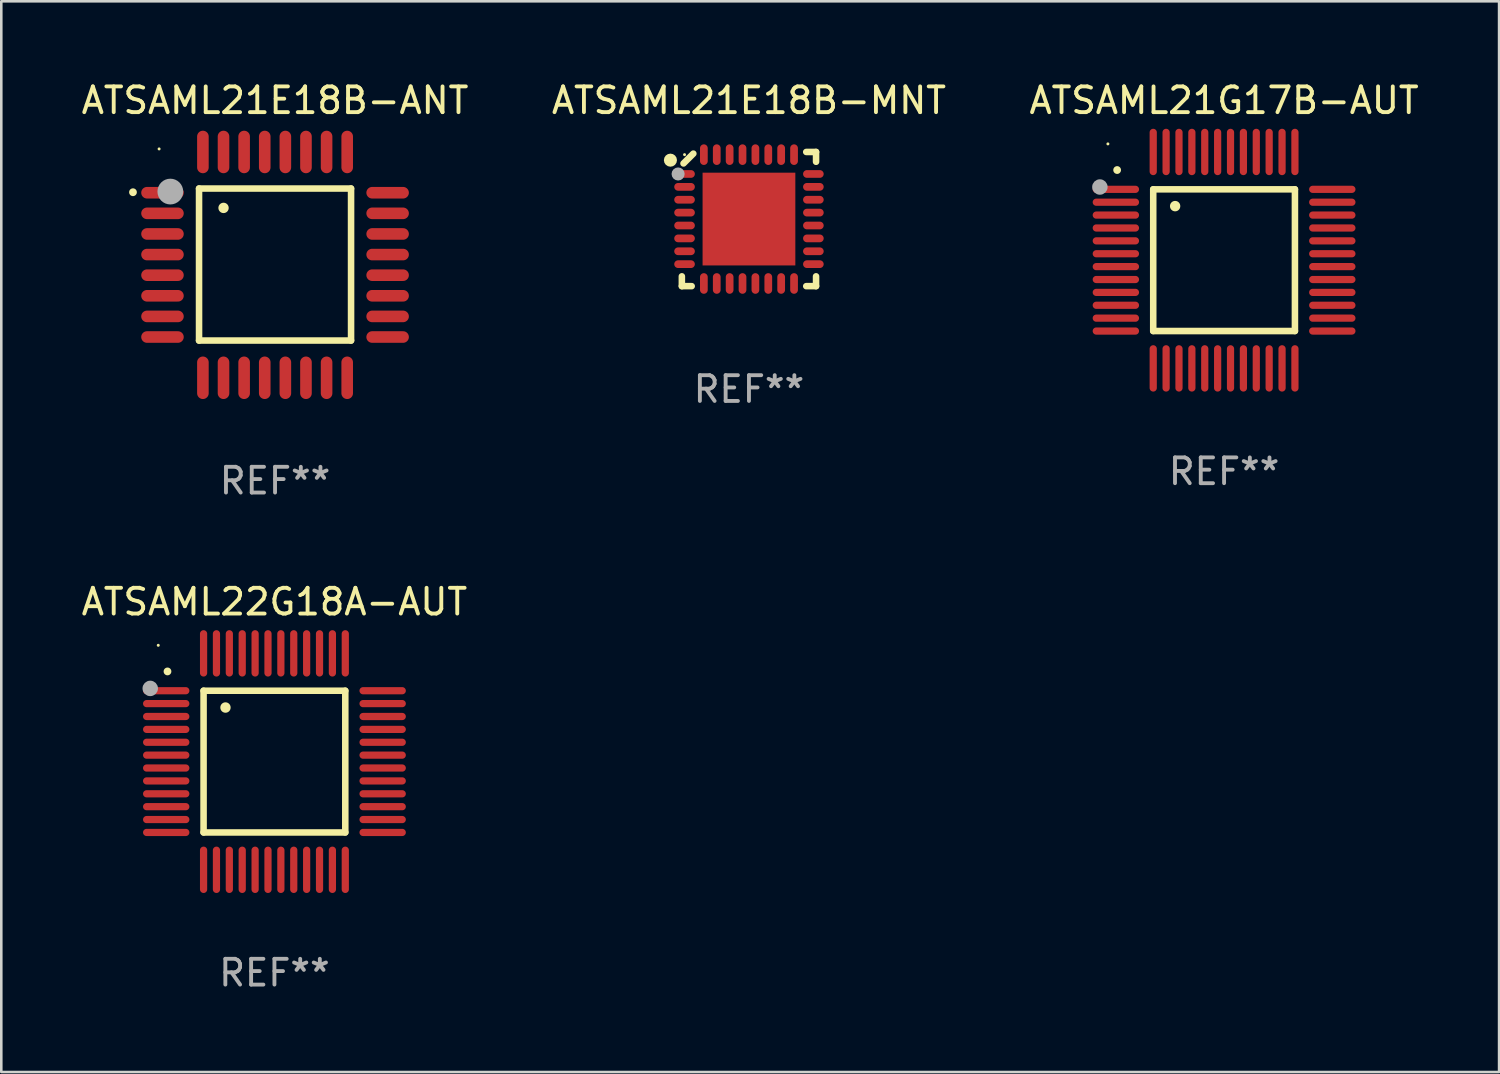
<source format=kicad_pcb>
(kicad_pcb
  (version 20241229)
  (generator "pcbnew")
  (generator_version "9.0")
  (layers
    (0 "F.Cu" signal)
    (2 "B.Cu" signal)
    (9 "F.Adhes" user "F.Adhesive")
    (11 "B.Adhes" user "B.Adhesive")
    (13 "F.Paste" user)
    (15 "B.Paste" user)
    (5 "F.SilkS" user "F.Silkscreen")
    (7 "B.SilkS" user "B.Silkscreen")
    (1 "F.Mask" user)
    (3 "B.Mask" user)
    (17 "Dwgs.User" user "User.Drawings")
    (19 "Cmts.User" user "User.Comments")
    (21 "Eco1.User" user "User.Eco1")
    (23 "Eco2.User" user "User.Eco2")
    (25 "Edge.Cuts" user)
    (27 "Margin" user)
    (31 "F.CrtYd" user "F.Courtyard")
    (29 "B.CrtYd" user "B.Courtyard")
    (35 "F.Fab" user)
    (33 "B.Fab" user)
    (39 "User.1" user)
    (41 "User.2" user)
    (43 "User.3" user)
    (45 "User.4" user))
  (footprint "ATSAML22G18A-AUT"
    (layer "F.Cu")
    (at 7.601 26.508)
    (property "Reference" "ATSAML22G18A-AUT" (at 0 -6.2 0) (layer "F.SilkS") (effects (font (size 1 1) (thickness 0.15))))
    (attr through_hole)
    (fp_line (start -2.75 -2.75) (end 2.75 -2.75) (stroke (width 0.254) (type solid)) (layer "F.SilkS"))
    (fp_line (start -2.75 2.75) (end -2.75 -2.75) (stroke (width 0.254) (type solid)) (layer "F.SilkS"))
    (fp_line (start 2.75 -2.75) (end 2.75 2.75) (stroke (width 0.254) (type solid)) (layer "F.SilkS"))
    (fp_line (start 2.75 2.75) (end -2.75 2.75) (stroke (width 0.254) (type solid)) (layer "F.SilkS"))
    (fp_arc (start -4.150368 -3.497587) (mid -4.150373 -3.498857) (end -4.150368 -3.500127) (stroke (width 0.3) (type solid)) (layer "F.SilkS"))
    (fp_arc (start -1.899924 -2.095504) (mid -1.89994 -2.098044) (end -1.899924 -2.100584) (stroke (width 0.4) (type solid)) (layer "F.SilkS"))
    (fp_circle (center -4.509 -4.513) (end -4.479 -4.513) (stroke (width 0.06) (type solid)) (fill no) (layer "F.SilkS"))
    (fp_circle (center -4.82 -2.84) (end -4.67 -2.84) (stroke (width 0.3) (type solid)) (fill no) (layer "F.Fab"))
    (fp_text user "REF**" (at 0 8.2 0) (layer "F.Fab") (effects (font (size 1 1) (thickness 0.15))))
    (pad "1" smd oval (at -4.2 -2.75 90) (size 0.28 1.8) (layers "F.Cu" "F.Mask" "F.Paste"))
    (pad "2" smd oval (at -4.2 -2.25 90) (size 0.28 1.8) (layers "F.Cu" "F.Mask" "F.Paste"))
    (pad "3" smd oval (at -4.2 -1.75 90) (size 0.28 1.8) (layers "F.Cu" "F.Mask" "F.Paste"))
    (pad "4" smd oval (at -4.2 -1.25 90) (size 0.28 1.8) (layers "F.Cu" "F.Mask" "F.Paste"))
    (pad "5" smd oval (at -4.2 -0.75 90) (size 0.28 1.8) (layers "F.Cu" "F.Mask" "F.Paste"))
    (pad "6" smd oval (at -4.2 -0.25 90) (size 0.28 1.8) (layers "F.Cu" "F.Mask" "F.Paste"))
    (pad "7" smd oval (at -4.2 0.25 90) (size 0.28 1.8) (layers "F.Cu" "F.Mask" "F.Paste"))
    (pad "8" smd oval (at -4.2 0.75 90) (size 0.28 1.8) (layers "F.Cu" "F.Mask" "F.Paste"))
    (pad "9" smd oval (at -4.2 1.25 90) (size 0.28 1.8) (layers "F.Cu" "F.Mask" "F.Paste"))
    (pad "10" smd oval (at -4.2 1.75 90) (size 0.28 1.8) (layers "F.Cu" "F.Mask" "F.Paste"))
    (pad "11" smd oval (at -4.2 2.25 90) (size 0.28 1.8) (layers "F.Cu" "F.Mask" "F.Paste"))
    (pad "12" smd oval (at -4.2 2.75 90) (size 0.28 1.8) (layers "F.Cu" "F.Mask" "F.Paste"))
    (pad "13" smd oval (at -2.75 4.2) (size 0.28 1.8) (layers "F.Cu" "F.Mask" "F.Paste"))
    (pad "14" smd oval (at -2.25 4.2) (size 0.28 1.8) (layers "F.Cu" "F.Mask" "F.Paste"))
    (pad "15" smd oval (at -1.75 4.2) (size 0.28 1.8) (layers "F.Cu" "F.Mask" "F.Paste"))
    (pad "16" smd oval (at -1.25 4.2) (size 0.28 1.8) (layers "F.Cu" "F.Mask" "F.Paste"))
    (pad "17" smd oval (at -0.75 4.2) (size 0.28 1.8) (layers "F.Cu" "F.Mask" "F.Paste"))
    (pad "18" smd oval (at -0.25 4.2) (size 0.28 1.8) (layers "F.Cu" "F.Mask" "F.Paste"))
    (pad "19" smd oval (at 0.25 4.2) (size 0.28 1.8) (layers "F.Cu" "F.Mask" "F.Paste"))
    (pad "20" smd oval (at 0.75 4.2) (size 0.28 1.8) (layers "F.Cu" "F.Mask" "F.Paste"))
    (pad "21" smd oval (at 1.25 4.2) (size 0.28 1.8) (layers "F.Cu" "F.Mask" "F.Paste"))
    (pad "22" smd oval (at 1.75 4.2) (size 0.28 1.8) (layers "F.Cu" "F.Mask" "F.Paste"))
    (pad "23" smd oval (at 2.25 4.2) (size 0.28 1.8) (layers "F.Cu" "F.Mask" "F.Paste"))
    (pad "24" smd oval (at 2.75 4.2) (size 0.28 1.8) (layers "F.Cu" "F.Mask" "F.Paste"))
    (pad "25" smd oval (at 4.2 2.75 90) (size 0.28 1.8) (layers "F.Cu" "F.Mask" "F.Paste"))
    (pad "26" smd oval (at 4.2 2.25 90) (size 0.28 1.8) (layers "F.Cu" "F.Mask" "F.Paste"))
    (pad "27" smd oval (at 4.2 1.75 90) (size 0.28 1.8) (layers "F.Cu" "F.Mask" "F.Paste"))
    (pad "28" smd oval (at 4.2 1.25 90) (size 0.28 1.8) (layers "F.Cu" "F.Mask" "F.Paste"))
    (pad "29" smd oval (at 4.2 0.75 90) (size 0.28 1.8) (layers "F.Cu" "F.Mask" "F.Paste"))
    (pad "30" smd oval (at 4.2 0.25 90) (size 0.28 1.8) (layers "F.Cu" "F.Mask" "F.Paste"))
    (pad "31" smd oval (at 4.2 -0.25 90) (size 0.28 1.8) (layers "F.Cu" "F.Mask" "F.Paste"))
    (pad "32" smd oval (at 4.2 -0.75 90) (size 0.28 1.8) (layers "F.Cu" "F.Mask" "F.Paste"))
    (pad "33" smd oval (at 4.2 -1.25 90) (size 0.28 1.8) (layers "F.Cu" "F.Mask" "F.Paste"))
    (pad "34" smd oval (at 4.2 -1.75 90) (size 0.28 1.8) (layers "F.Cu" "F.Mask" "F.Paste"))
    (pad "35" smd oval (at 4.2 -2.25 90) (size 0.28 1.8) (layers "F.Cu" "F.Mask" "F.Paste"))
    (pad "36" smd oval (at 4.2 -2.75 90) (size 0.28 1.8) (layers "F.Cu" "F.Mask" "F.Paste"))
    (pad "37" smd oval (at 2.75 -4.2) (size 0.28 1.8) (layers "F.Cu" "F.Mask" "F.Paste"))
    (pad "38" smd oval (at 2.25 -4.2) (size 0.28 1.8) (layers "F.Cu" "F.Mask" "F.Paste"))
    (pad "39" smd oval (at 1.75 -4.2) (size 0.28 1.8) (layers "F.Cu" "F.Mask" "F.Paste"))
    (pad "40" smd oval (at 1.25 -4.2) (size 0.28 1.8) (layers "F.Cu" "F.Mask" "F.Paste"))
    (pad "41" smd oval (at 0.75 -4.2) (size 0.28 1.8) (layers "F.Cu" "F.Mask" "F.Paste"))
    (pad "42" smd oval (at 0.25 -4.2) (size 0.28 1.8) (layers "F.Cu" "F.Mask" "F.Paste"))
    (pad "43" smd oval (at -0.25 -4.2) (size 0.28 1.8) (layers "F.Cu" "F.Mask" "F.Paste"))
    (pad "44" smd oval (at -0.75 -4.2) (size 0.28 1.8) (layers "F.Cu" "F.Mask" "F.Paste"))
    (pad "45" smd oval (at -1.25 -4.2) (size 0.28 1.8) (layers "F.Cu" "F.Mask" "F.Paste"))
    (pad "46" smd oval (at -1.75 -4.2) (size 0.28 1.8) (layers "F.Cu" "F.Mask" "F.Paste"))
    (pad "47" smd oval (at -2.25 -4.2) (size 0.28 1.8) (layers "F.Cu" "F.Mask" "F.Paste"))
    (pad "48" smd oval (at -2.75 -4.2) (size 0.28 1.8) (layers "F.Cu" "F.Mask" "F.Paste")))
  (footprint "ATSAML21E18B-ANT"
    (layer "F.Cu")
    (at 7.625 7.23)
    (property "Reference" "ATSAML21E18B-ANT" (at 0 -6.382 0) (layer "F.SilkS") (effects (font (size 1 1) (thickness 0.15))))
    (attr through_hole)
    (fp_line (start -2.95 -2.963) (end -2.95 2.937) (stroke (width 0.254) (type solid)) (layer "F.SilkS"))
    (fp_line (start -2.95 2.937) (end 2.95 2.937) (stroke (width 0.254) (type solid)) (layer "F.SilkS"))
    (fp_line (start 2.95 -2.963) (end -2.95 -2.963) (stroke (width 0.254) (type solid)) (layer "F.SilkS"))
    (fp_line (start 2.95 2.937) (end 2.95 -2.963) (stroke (width 0.254) (type solid)) (layer "F.SilkS"))
    (fp_arc (start -5.514199 -2.818136) (mid -5.514204 -2.819406) (end -5.514199 -2.820676) (stroke (width 0.3) (type solid)) (layer "F.SilkS"))
    (fp_arc (start -1.998984 -2.209804) (mid -1.998988 -2.211074) (end -1.998984 -2.212344) (stroke (width 0.4) (type solid)) (layer "F.SilkS"))
    (fp_circle (center -4.5 -4.5) (end -4.47 -4.5) (stroke (width 0.06) (type solid)) (fill no) (layer "F.SilkS"))
    (fp_circle (center -4.064 -2.845) (end -3.814 -2.845) (stroke (width 0.5) (type solid)) (fill no) (layer "F.Fab"))
    (fp_text user "REF**" (at 0 8.382 0) (layer "F.Fab") (effects (font (size 1 1) (thickness 0.15))))
    (pad "1" smd oval (at -4.369 -2.8 90) (size 0.45 1.65) (layers "F.Cu" "F.Mask" "F.Paste"))
    (pad "2" smd oval (at -4.369 -2 90) (size 0.45 1.65) (layers "F.Cu" "F.Mask" "F.Paste"))
    (pad "3" smd oval (at -4.369 -1.2 90) (size 0.45 1.65) (layers "F.Cu" "F.Mask" "F.Paste"))
    (pad "4" smd oval (at -4.369 -0.4 90) (size 0.45 1.65) (layers "F.Cu" "F.Mask" "F.Paste"))
    (pad "5" smd oval (at -4.369 0.4 90) (size 0.45 1.65) (layers "F.Cu" "F.Mask" "F.Paste"))
    (pad "6" smd oval (at -4.369 1.2 90) (size 0.45 1.65) (layers "F.Cu" "F.Mask" "F.Paste"))
    (pad "7" smd oval (at -4.369 2 90) (size 0.45 1.65) (layers "F.Cu" "F.Mask" "F.Paste"))
    (pad "8" smd oval (at -4.369 2.8 90) (size 0.45 1.65) (layers "F.Cu" "F.Mask" "F.Paste"))
    (pad "9" smd oval (at -2.8 4.382) (size 0.45 1.65) (layers "F.Cu" "F.Mask" "F.Paste"))
    (pad "10" smd oval (at -2 4.382) (size 0.45 1.65) (layers "F.Cu" "F.Mask" "F.Paste"))
    (pad "11" smd oval (at -1.2 4.382) (size 0.45 1.65) (layers "F.Cu" "F.Mask" "F.Paste"))
    (pad "12" smd oval (at -0.4 4.382) (size 0.45 1.65) (layers "F.Cu" "F.Mask" "F.Paste"))
    (pad "13" smd oval (at 0.4 4.382) (size 0.45 1.65) (layers "F.Cu" "F.Mask" "F.Paste"))
    (pad "14" smd oval (at 1.2 4.382) (size 0.45 1.65) (layers "F.Cu" "F.Mask" "F.Paste"))
    (pad "15" smd oval (at 2 4.382) (size 0.45 1.65) (layers "F.Cu" "F.Mask" "F.Paste"))
    (pad "16" smd oval (at 2.8 4.382) (size 0.45 1.65) (layers "F.Cu" "F.Mask" "F.Paste"))
    (pad "17" smd oval (at 4.369 2.8 90) (size 0.45 1.65) (layers "F.Cu" "F.Mask" "F.Paste"))
    (pad "18" smd oval (at 4.369 2 90) (size 0.45 1.65) (layers "F.Cu" "F.Mask" "F.Paste"))
    (pad "19" smd oval (at 4.369 1.2 90) (size 0.45 1.65) (layers "F.Cu" "F.Mask" "F.Paste"))
    (pad "20" smd oval (at 4.369 0.4 90) (size 0.45 1.65) (layers "F.Cu" "F.Mask" "F.Paste"))
    (pad "21" smd oval (at 4.369 -0.4 90) (size 0.45 1.65) (layers "F.Cu" "F.Mask" "F.Paste"))
    (pad "22" smd oval (at 4.369 -1.2 90) (size 0.45 1.65) (layers "F.Cu" "F.Mask" "F.Paste"))
    (pad "23" smd oval (at 4.369 -2 90) (size 0.45 1.65) (layers "F.Cu" "F.Mask" "F.Paste"))
    (pad "24" smd oval (at 4.369 -2.8 90) (size 0.45 1.65) (layers "F.Cu" "F.Mask" "F.Paste"))
    (pad "25" smd oval (at 2.8 -4.382) (size 0.45 1.65) (layers "F.Cu" "F.Mask" "F.Paste"))
    (pad "26" smd oval (at 2 -4.382) (size 0.45 1.65) (layers "F.Cu" "F.Mask" "F.Paste"))
    (pad "27" smd oval (at 1.2 -4.382) (size 0.45 1.65) (layers "F.Cu" "F.Mask" "F.Paste"))
    (pad "28" smd oval (at 0.4 -4.382) (size 0.45 1.65) (layers "F.Cu" "F.Mask" "F.Paste"))
    (pad "29" smd oval (at -0.4 -4.382) (size 0.45 1.65) (layers "F.Cu" "F.Mask" "F.Paste"))
    (pad "30" smd oval (at -1.2 -4.382) (size 0.45 1.65) (layers "F.Cu" "F.Mask" "F.Paste"))
    (pad "31" smd oval (at -2 -4.382) (size 0.45 1.65) (layers "F.Cu" "F.Mask" "F.Paste"))
    (pad "32" smd oval (at -2.8 -4.382) (size 0.45 1.65) (layers "F.Cu" "F.Mask" "F.Paste")))
  (footprint "ATSAML21G17B-AUT"
    (layer "F.Cu")
    (at 44.458 7.048)
    (property "Reference" "ATSAML21G17B-AUT" (at 0 -6.2 0) (layer "F.SilkS") (effects (font (size 1 1) (thickness 0.15))))
    (attr through_hole)
    (fp_line (start -2.75 -2.75) (end 2.75 -2.75) (stroke (width 0.254) (type solid)) (layer "F.SilkS"))
    (fp_line (start -2.75 2.75) (end -2.75 -2.75) (stroke (width 0.254) (type solid)) (layer "F.SilkS"))
    (fp_line (start 2.75 -2.75) (end 2.75 2.75) (stroke (width 0.254) (type solid)) (layer "F.SilkS"))
    (fp_line (start 2.75 2.75) (end -2.75 2.75) (stroke (width 0.254) (type solid)) (layer "F.SilkS"))
    (fp_arc (start -4.150368 -3.497587) (mid -4.150373 -3.498857) (end -4.150368 -3.500127) (stroke (width 0.3) (type solid)) (layer "F.SilkS"))
    (fp_arc (start -1.899924 -2.095504) (mid -1.89994 -2.098044) (end -1.899924 -2.100584) (stroke (width 0.4) (type solid)) (layer "F.SilkS"))
    (fp_circle (center -4.509 -4.513) (end -4.479 -4.513) (stroke (width 0.06) (type solid)) (fill no) (layer "F.SilkS"))
    (fp_circle (center -4.82 -2.84) (end -4.67 -2.84) (stroke (width 0.3) (type solid)) (fill no) (layer "F.Fab"))
    (fp_text user "REF**" (at 0 8.2 0) (layer "F.Fab") (effects (font (size 1 1) (thickness 0.15))))
    (pad "1" smd oval (at -4.2 -2.75 90) (size 0.28 1.8) (layers "F.Cu" "F.Mask" "F.Paste"))
    (pad "2" smd oval (at -4.2 -2.25 90) (size 0.28 1.8) (layers "F.Cu" "F.Mask" "F.Paste"))
    (pad "3" smd oval (at -4.2 -1.75 90) (size 0.28 1.8) (layers "F.Cu" "F.Mask" "F.Paste"))
    (pad "4" smd oval (at -4.2 -1.25 90) (size 0.28 1.8) (layers "F.Cu" "F.Mask" "F.Paste"))
    (pad "5" smd oval (at -4.2 -0.75 90) (size 0.28 1.8) (layers "F.Cu" "F.Mask" "F.Paste"))
    (pad "6" smd oval (at -4.2 -0.25 90) (size 0.28 1.8) (layers "F.Cu" "F.Mask" "F.Paste"))
    (pad "7" smd oval (at -4.2 0.25 90) (size 0.28 1.8) (layers "F.Cu" "F.Mask" "F.Paste"))
    (pad "8" smd oval (at -4.2 0.75 90) (size 0.28 1.8) (layers "F.Cu" "F.Mask" "F.Paste"))
    (pad "9" smd oval (at -4.2 1.25 90) (size 0.28 1.8) (layers "F.Cu" "F.Mask" "F.Paste"))
    (pad "10" smd oval (at -4.2 1.75 90) (size 0.28 1.8) (layers "F.Cu" "F.Mask" "F.Paste"))
    (pad "11" smd oval (at -4.2 2.25 90) (size 0.28 1.8) (layers "F.Cu" "F.Mask" "F.Paste"))
    (pad "12" smd oval (at -4.2 2.75 90) (size 0.28 1.8) (layers "F.Cu" "F.Mask" "F.Paste"))
    (pad "13" smd oval (at -2.75 4.2) (size 0.28 1.8) (layers "F.Cu" "F.Mask" "F.Paste"))
    (pad "14" smd oval (at -2.25 4.2) (size 0.28 1.8) (layers "F.Cu" "F.Mask" "F.Paste"))
    (pad "15" smd oval (at -1.75 4.2) (size 0.28 1.8) (layers "F.Cu" "F.Mask" "F.Paste"))
    (pad "16" smd oval (at -1.25 4.2) (size 0.28 1.8) (layers "F.Cu" "F.Mask" "F.Paste"))
    (pad "17" smd oval (at -0.75 4.2) (size 0.28 1.8) (layers "F.Cu" "F.Mask" "F.Paste"))
    (pad "18" smd oval (at -0.25 4.2) (size 0.28 1.8) (layers "F.Cu" "F.Mask" "F.Paste"))
    (pad "19" smd oval (at 0.25 4.2) (size 0.28 1.8) (layers "F.Cu" "F.Mask" "F.Paste"))
    (pad "20" smd oval (at 0.75 4.2) (size 0.28 1.8) (layers "F.Cu" "F.Mask" "F.Paste"))
    (pad "21" smd oval (at 1.25 4.2) (size 0.28 1.8) (layers "F.Cu" "F.Mask" "F.Paste"))
    (pad "22" smd oval (at 1.75 4.2) (size 0.28 1.8) (layers "F.Cu" "F.Mask" "F.Paste"))
    (pad "23" smd oval (at 2.25 4.2) (size 0.28 1.8) (layers "F.Cu" "F.Mask" "F.Paste"))
    (pad "24" smd oval (at 2.75 4.2) (size 0.28 1.8) (layers "F.Cu" "F.Mask" "F.Paste"))
    (pad "25" smd oval (at 4.2 2.75 90) (size 0.28 1.8) (layers "F.Cu" "F.Mask" "F.Paste"))
    (pad "26" smd oval (at 4.2 2.25 90) (size 0.28 1.8) (layers "F.Cu" "F.Mask" "F.Paste"))
    (pad "27" smd oval (at 4.2 1.75 90) (size 0.28 1.8) (layers "F.Cu" "F.Mask" "F.Paste"))
    (pad "28" smd oval (at 4.2 1.25 90) (size 0.28 1.8) (layers "F.Cu" "F.Mask" "F.Paste"))
    (pad "29" smd oval (at 4.2 0.75 90) (size 0.28 1.8) (layers "F.Cu" "F.Mask" "F.Paste"))
    (pad "30" smd oval (at 4.2 0.25 90) (size 0.28 1.8) (layers "F.Cu" "F.Mask" "F.Paste"))
    (pad "31" smd oval (at 4.2 -0.25 90) (size 0.28 1.8) (layers "F.Cu" "F.Mask" "F.Paste"))
    (pad "32" smd oval (at 4.2 -0.75 90) (size 0.28 1.8) (layers "F.Cu" "F.Mask" "F.Paste"))
    (pad "33" smd oval (at 4.2 -1.25 90) (size 0.28 1.8) (layers "F.Cu" "F.Mask" "F.Paste"))
    (pad "34" smd oval (at 4.2 -1.75 90) (size 0.28 1.8) (layers "F.Cu" "F.Mask" "F.Paste"))
    (pad "35" smd oval (at 4.2 -2.25 90) (size 0.28 1.8) (layers "F.Cu" "F.Mask" "F.Paste"))
    (pad "36" smd oval (at 4.2 -2.75 90) (size 0.28 1.8) (layers "F.Cu" "F.Mask" "F.Paste"))
    (pad "37" smd oval (at 2.75 -4.2) (size 0.28 1.8) (layers "F.Cu" "F.Mask" "F.Paste"))
    (pad "38" smd oval (at 2.25 -4.2) (size 0.28 1.8) (layers "F.Cu" "F.Mask" "F.Paste"))
    (pad "39" smd oval (at 1.75 -4.2) (size 0.28 1.8) (layers "F.Cu" "F.Mask" "F.Paste"))
    (pad "40" smd oval (at 1.25 -4.2) (size 0.28 1.8) (layers "F.Cu" "F.Mask" "F.Paste"))
    (pad "41" smd oval (at 0.75 -4.2) (size 0.28 1.8) (layers "F.Cu" "F.Mask" "F.Paste"))
    (pad "42" smd oval (at 0.25 -4.2) (size 0.28 1.8) (layers "F.Cu" "F.Mask" "F.Paste"))
    (pad "43" smd oval (at -0.25 -4.2) (size 0.28 1.8) (layers "F.Cu" "F.Mask" "F.Paste"))
    (pad "44" smd oval (at -0.75 -4.2) (size 0.28 1.8) (layers "F.Cu" "F.Mask" "F.Paste"))
    (pad "45" smd oval (at -1.25 -4.2) (size 0.28 1.8) (layers "F.Cu" "F.Mask" "F.Paste"))
    (pad "46" smd oval (at -1.75 -4.2) (size 0.28 1.8) (layers "F.Cu" "F.Mask" "F.Paste"))
    (pad "47" smd oval (at -2.25 -4.2) (size 0.28 1.8) (layers "F.Cu" "F.Mask" "F.Paste"))
    (pad "48" smd oval (at -2.75 -4.2) (size 0.28 1.8) (layers "F.Cu" "F.Mask" "F.Paste")))
  (footprint "ATSAML21E18B-MNT"
    (layer "F.Cu")
    (at 26.018 5.452)
    (property "Reference" "ATSAML21E18B-MNT" (at 0 -4.604 0) (layer "F.SilkS") (effects (font (size 1 1) (thickness 0.15))))
    (attr through_hole)
    (fp_line (start -2.604 2.223) (end -2.604 2.604) (stroke (width 0.254) (type solid)) (layer "F.SilkS"))
    (fp_line (start -2.604 2.604) (end -2.223 2.604) (stroke (width 0.254) (type solid)) (layer "F.SilkS"))
    (fp_line (start -2.159 -2.54) (end -2.54 -2.159) (stroke (width 0.254) (type solid)) (layer "F.SilkS"))
    (fp_line (start 2.223 2.604) (end 2.604 2.604) (stroke (width 0.254) (type solid)) (layer "F.SilkS"))
    (fp_line (start 2.604 -2.604) (end 2.223 -2.604) (stroke (width 0.254) (type solid)) (layer "F.SilkS"))
    (fp_line (start 2.604 -2.223) (end 2.604 -2.604) (stroke (width 0.254) (type solid)) (layer "F.SilkS"))
    (fp_line (start 2.604 2.604) (end 2.604 2.223) (stroke (width 0.254) (type solid)) (layer "F.SilkS"))
    (fp_circle (center -3.048 -2.286) (end -2.921 -2.286) (stroke (width 0.254) (type solid)) (fill no) (layer "F.SilkS"))
    (fp_circle (center -2.5 -2.5) (end -2.47 -2.5) (stroke (width 0.06) (type solid)) (fill no) (layer "F.SilkS"))
    (fp_circle (center -2.75 -1.75) (end -2.623 -1.75) (stroke (width 0.254) (type solid)) (fill no) (layer "F.Fab"))
    (fp_text user "REF**" (at 0 6.604 0) (layer "F.Fab") (effects (font (size 1 1) (thickness 0.15))))
    (pad "1" smd oval (at -2.5 -1.75) (size 0.8 0.3) (layers "F.Cu" "F.Mask" "F.Paste"))
    (pad "2" smd oval (at -2.5 -1.25) (size 0.8 0.3) (layers "F.Cu" "F.Mask" "F.Paste"))
    (pad "3" smd oval (at -2.5 -0.75) (size 0.8 0.3) (layers "F.Cu" "F.Mask" "F.Paste"))
    (pad "4" smd oval (at -2.5 -0.25) (size 0.8 0.3) (layers "F.Cu" "F.Mask" "F.Paste"))
    (pad "5" smd oval (at -2.5 0.25) (size 0.8 0.3) (layers "F.Cu" "F.Mask" "F.Paste"))
    (pad "6" smd oval (at -2.5 0.75) (size 0.8 0.3) (layers "F.Cu" "F.Mask" "F.Paste"))
    (pad "7" smd oval (at -2.5 1.25) (size 0.8 0.3) (layers "F.Cu" "F.Mask" "F.Paste"))
    (pad "8" smd oval (at -2.5 1.75) (size 0.8 0.3) (layers "F.Cu" "F.Mask" "F.Paste"))
    (pad "9" smd oval (at -1.75 2.5) (size 0.3 0.8) (layers "F.Cu" "F.Mask" "F.Paste"))
    (pad "10" smd oval (at -1.25 2.5) (size 0.3 0.8) (layers "F.Cu" "F.Mask" "F.Paste"))
    (pad "11" smd oval (at -0.75 2.5) (size 0.3 0.8) (layers "F.Cu" "F.Mask" "F.Paste"))
    (pad "12" smd oval (at -0.25 2.5) (size 0.3 0.8) (layers "F.Cu" "F.Mask" "F.Paste"))
    (pad "13" smd oval (at 0.25 2.5) (size 0.3 0.8) (layers "F.Cu" "F.Mask" "F.Paste"))
    (pad "14" smd oval (at 0.75 2.5) (size 0.3 0.8) (layers "F.Cu" "F.Mask" "F.Paste"))
    (pad "15" smd oval (at 1.25 2.5) (size 0.3 0.8) (layers "F.Cu" "F.Mask" "F.Paste"))
    (pad "16" smd oval (at 1.75 2.5) (size 0.3 0.8) (layers "F.Cu" "F.Mask" "F.Paste"))
    (pad "17" smd oval (at 2.5 1.75) (size 0.8 0.3) (layers "F.Cu" "F.Mask" "F.Paste"))
    (pad "18" smd oval (at 2.5 1.25) (size 0.8 0.3) (layers "F.Cu" "F.Mask" "F.Paste"))
    (pad "19" smd oval (at 2.5 0.75) (size 0.8 0.3) (layers "F.Cu" "F.Mask" "F.Paste"))
    (pad "20" smd oval (at 2.5 0.25) (size 0.8 0.3) (layers "F.Cu" "F.Mask" "F.Paste"))
    (pad "21" smd oval (at 2.5 -0.25) (size 0.8 0.3) (layers "F.Cu" "F.Mask" "F.Paste"))
    (pad "22" smd oval (at 2.5 -0.75) (size 0.8 0.3) (layers "F.Cu" "F.Mask" "F.Paste"))
    (pad "23" smd oval (at 2.5 -1.25) (size 0.8 0.3) (layers "F.Cu" "F.Mask" "F.Paste"))
    (pad "24" smd oval (at 2.5 -1.75) (size 0.8 0.3) (layers "F.Cu" "F.Mask" "F.Paste"))
    (pad "25" smd oval (at 1.75 -2.5) (size 0.3 0.8) (layers "F.Cu" "F.Mask" "F.Paste"))
    (pad "26" smd oval (at 1.25 -2.5) (size 0.3 0.8) (layers "F.Cu" "F.Mask" "F.Paste"))
    (pad "27" smd oval (at 0.75 -2.5) (size 0.3 0.8) (layers "F.Cu" "F.Mask" "F.Paste"))
    (pad "28" smd oval (at 0.25 -2.5) (size 0.3 0.8) (layers "F.Cu" "F.Mask" "F.Paste"))
    (pad "29" smd oval (at -0.25 -2.5) (size 0.3 0.8) (layers "F.Cu" "F.Mask" "F.Paste"))
    (pad "30" smd oval (at -0.75 -2.5) (size 0.3 0.8) (layers "F.Cu" "F.Mask" "F.Paste"))
    (pad "31" smd oval (at -1.25 -2.5) (size 0.3 0.8) (layers "F.Cu" "F.Mask" "F.Paste"))
    (pad "32" smd oval (at -1.75 -2.5) (size 0.3 0.8) (layers "F.Cu" "F.Mask" "F.Paste"))
    (pad "33" smd rect (at -0.000076 0) (size 3.6 3.6) (layers "F.Cu" "F.Mask" "F.Paste")))
  (gr_rect
    (start -3 -3)
    (end 55.131 38.556)
    (stroke (width 0.1) (type default))
    (fill no)
    (layer "Edge.Cuts")))
</source>
